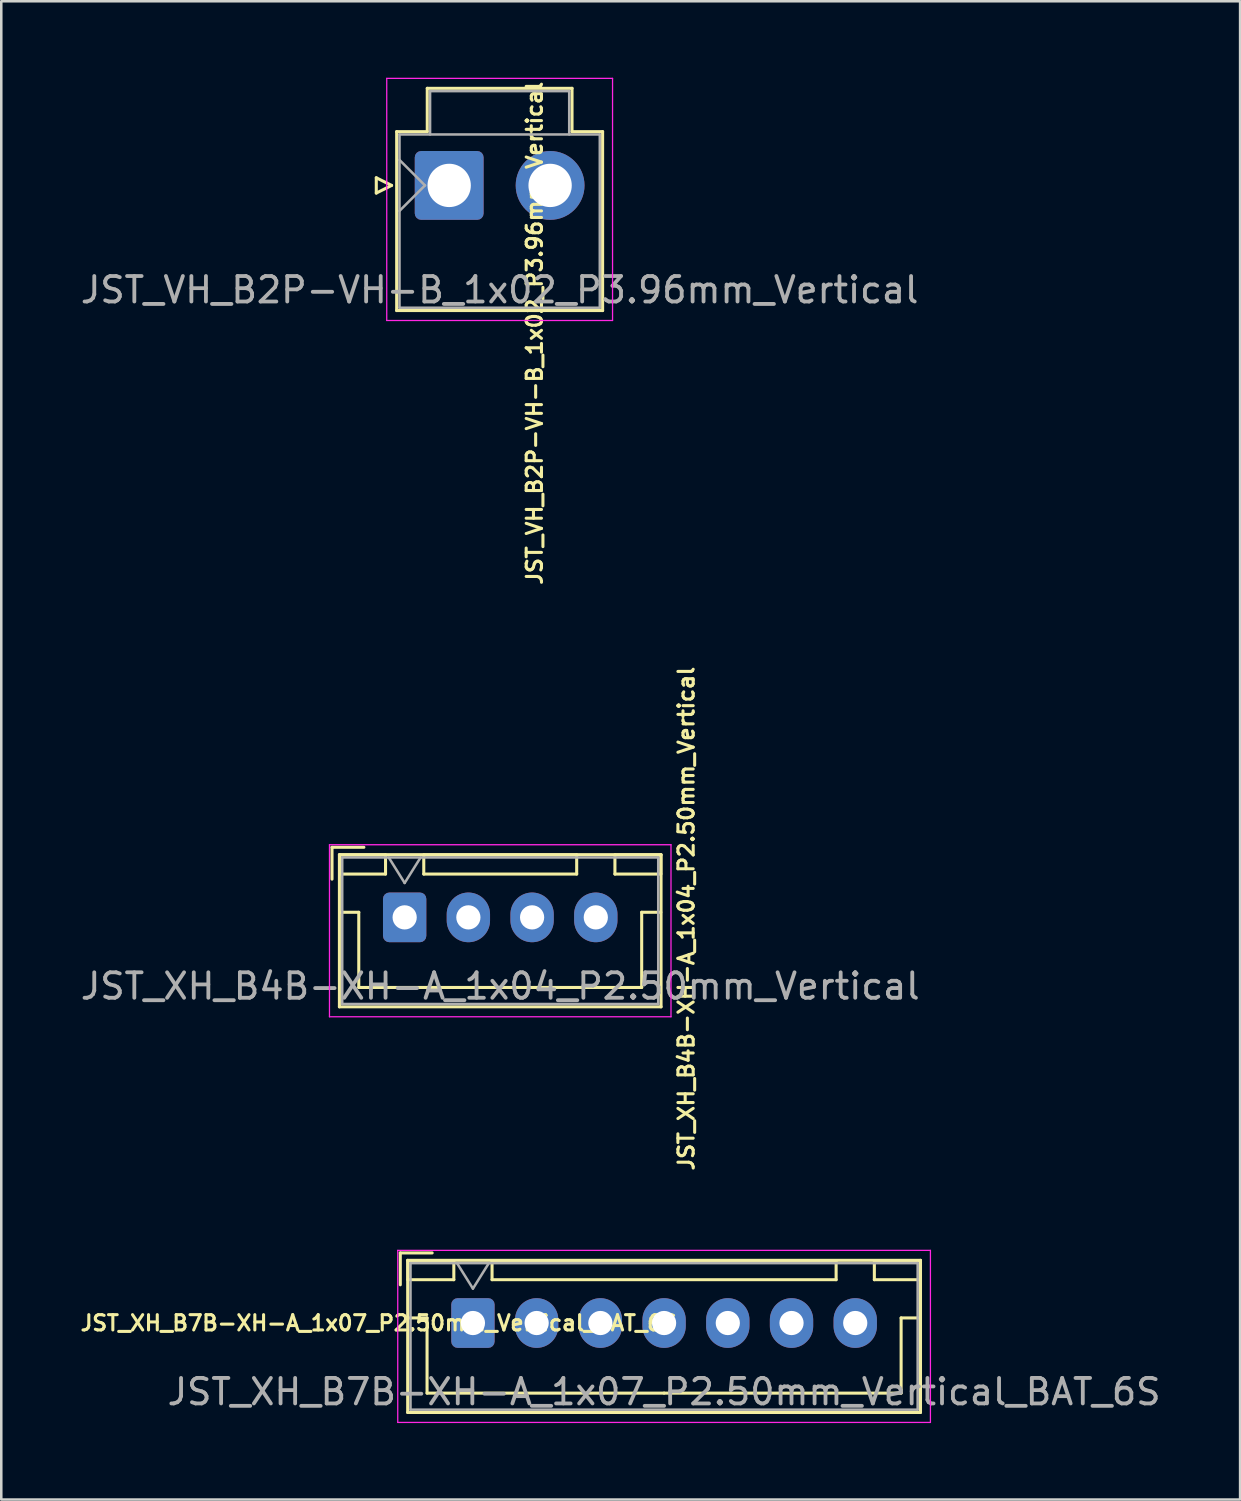
<source format=kicad_pcb>
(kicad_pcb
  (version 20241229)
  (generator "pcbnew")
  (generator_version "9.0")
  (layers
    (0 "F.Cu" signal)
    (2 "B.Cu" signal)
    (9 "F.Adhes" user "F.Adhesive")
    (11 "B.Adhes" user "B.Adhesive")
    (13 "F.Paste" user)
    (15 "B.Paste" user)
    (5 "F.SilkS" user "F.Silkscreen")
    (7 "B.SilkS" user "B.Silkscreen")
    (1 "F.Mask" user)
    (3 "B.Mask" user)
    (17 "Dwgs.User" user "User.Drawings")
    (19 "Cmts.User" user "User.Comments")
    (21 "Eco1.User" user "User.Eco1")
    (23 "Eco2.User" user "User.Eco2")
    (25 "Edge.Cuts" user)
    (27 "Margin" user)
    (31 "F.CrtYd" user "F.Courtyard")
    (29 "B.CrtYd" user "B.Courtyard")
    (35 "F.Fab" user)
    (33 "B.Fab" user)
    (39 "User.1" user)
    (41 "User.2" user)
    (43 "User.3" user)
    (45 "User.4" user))
  (footprint "JST_VH_B2P-VH-B_1x02_P3.96mm_Vertical"
    (layer "F.Cu")
    (at 14.574 4.225)
    (property "Reference" "JST_VH_B2P-VH-B_1x02_P3.96mm_Vertical" (at 3.35 5.8 270) (layer "F.SilkS") (effects (font (size 0.6 0.6) (thickness 0.12))))
    (attr through_hole)
    (fp_line (start -2.86 -0.3) (end -2.26 0) (stroke (width 0.12) (type solid)) (layer "F.SilkS"))
    (fp_line (start -2.86 0.3) (end -2.86 -0.3) (stroke (width 0.12) (type solid)) (layer "F.SilkS"))
    (fp_line (start -2.26 0) (end -2.86 0.3) (stroke (width 0.12) (type solid)) (layer "F.SilkS"))
    (fp_line (start -2.06 -2.11) (end -0.86 -2.11) (stroke (width 0.12) (type solid)) (layer "F.SilkS"))
    (fp_line (start -2.06 4.91) (end -2.06 -2.11) (stroke (width 0.12) (type solid)) (layer "F.SilkS"))
    (fp_line (start -0.86 -3.81) (end 4.82 -3.81) (stroke (width 0.12) (type solid)) (layer "F.SilkS"))
    (fp_line (start -0.86 -2.11) (end -0.86 -3.81) (stroke (width 0.12) (type solid)) (layer "F.SilkS"))
    (fp_line (start 4.82 -3.81) (end 4.82 -2.11) (stroke (width 0.12) (type solid)) (layer "F.SilkS"))
    (fp_line (start 4.82 -2.11) (end 6.02 -2.11) (stroke (width 0.12) (type solid)) (layer "F.SilkS"))
    (fp_line (start 6.02 -2.11) (end 6.02 4.91) (stroke (width 0.12) (type solid)) (layer "F.SilkS"))
    (fp_line (start 6.02 4.91) (end -2.06 4.91) (stroke (width 0.12) (type solid)) (layer "F.SilkS"))
    (fp_line (start -2.45 -4.2) (end -2.45 5.3) (stroke (width 0.05) (type solid)) (layer "F.CrtYd"))
    (fp_line (start -2.45 5.3) (end 6.41 5.3) (stroke (width 0.05) (type solid)) (layer "F.CrtYd"))
    (fp_line (start 6.41 -4.2) (end -2.45 -4.2) (stroke (width 0.05) (type solid)) (layer "F.CrtYd"))
    (fp_line (start 6.41 5.3) (end 6.41 -4.2) (stroke (width 0.05) (type solid)) (layer "F.CrtYd"))
    (fp_line (start -1.95 -2) (end -1.95 4.8) (stroke (width 0.1) (type solid)) (layer "F.Fab"))
    (fp_line (start -1.95 -1) (end -0.95 0) (stroke (width 0.1) (type solid)) (layer "F.Fab"))
    (fp_line (start -1.95 1) (end -0.95 0) (stroke (width 0.1) (type solid)) (layer "F.Fab"))
    (fp_line (start -1.95 4.8) (end 5.91 4.8) (stroke (width 0.1) (type solid)) (layer "F.Fab"))
    (fp_line (start -0.75 -3.7) (end 4.71 -3.7) (stroke (width 0.1) (type solid)) (layer "F.Fab"))
    (fp_line (start -0.75 -2) (end -0.75 -3.7) (stroke (width 0.1) (type solid)) (layer "F.Fab"))
    (fp_line (start 4.71 -3.7) (end 4.71 -2) (stroke (width 0.1) (type solid)) (layer "F.Fab"))
    (fp_line (start 5.91 -2) (end -1.95 -2) (stroke (width 0.1) (type solid)) (layer "F.Fab"))
    (fp_line (start 5.91 4.8) (end 5.91 -2) (stroke (width 0.1) (type solid)) (layer "F.Fab"))
    (fp_text user "${REFERENCE}" (at 1.98 4.1 180) (layer "F.Fab") (effects (font (size 1 1) (thickness 0.15))))
    (pad "1" thru_hole roundrect (at 0 0) (size 2.7 2.7) (drill 1.7) (layers "*.Cu" "*.Mask") (roundrect_rratio 0.093))
    (pad "2" thru_hole circle (at 3.96 0) (size 2.7 2.7) (drill 1.7) (layers "*.Cu" "*.Mask")))
  (footprint "JST_XH_B4B-XH-A_1x04_P2.50mm_Vertical"
    (layer "F.Cu")
    (at 12.827 32.944)
    (property "Reference" "JST_XH_B4B-XH-A_1x04_P2.50mm_Vertical" (at 11.05 0.05 90) (layer "F.SilkS") (effects (font (size 0.6 0.6) (thickness 0.12))))
    (attr through_hole)
    (fp_line (start -2.85 -2.75) (end -2.85 -1.5) (stroke (width 0.12) (type solid)) (layer "F.SilkS"))
    (fp_line (start -2.56 -2.46) (end -2.56 3.51) (stroke (width 0.12) (type solid)) (layer "F.SilkS"))
    (fp_line (start -2.56 3.51) (end 10.06 3.51) (stroke (width 0.12) (type solid)) (layer "F.SilkS"))
    (fp_line (start -2.55 -2.45) (end -2.55 -1.7) (stroke (width 0.12) (type solid)) (layer "F.SilkS"))
    (fp_line (start -2.55 -1.7) (end -0.75 -1.7) (stroke (width 0.12) (type solid)) (layer "F.SilkS"))
    (fp_line (start -2.55 -0.2) (end -1.8 -0.2) (stroke (width 0.12) (type solid)) (layer "F.SilkS"))
    (fp_line (start -1.8 -0.2) (end -1.8 2.75) (stroke (width 0.12) (type solid)) (layer "F.SilkS"))
    (fp_line (start -1.8 2.75) (end 3.75 2.75) (stroke (width 0.12) (type solid)) (layer "F.SilkS"))
    (fp_line (start -1.6 -2.75) (end -2.85 -2.75) (stroke (width 0.12) (type solid)) (layer "F.SilkS"))
    (fp_line (start -0.75 -2.45) (end -2.55 -2.45) (stroke (width 0.12) (type solid)) (layer "F.SilkS"))
    (fp_line (start -0.75 -1.7) (end -0.75 -2.45) (stroke (width 0.12) (type solid)) (layer "F.SilkS"))
    (fp_line (start 0.75 -2.45) (end 0.75 -1.7) (stroke (width 0.12) (type solid)) (layer "F.SilkS"))
    (fp_line (start 0.75 -1.7) (end 6.75 -1.7) (stroke (width 0.12) (type solid)) (layer "F.SilkS"))
    (fp_line (start 6.75 -2.45) (end 0.75 -2.45) (stroke (width 0.12) (type solid)) (layer "F.SilkS"))
    (fp_line (start 6.75 -1.7) (end 6.75 -2.45) (stroke (width 0.12) (type solid)) (layer "F.SilkS"))
    (fp_line (start 8.25 -2.45) (end 8.25 -1.7) (stroke (width 0.12) (type solid)) (layer "F.SilkS"))
    (fp_line (start 8.25 -1.7) (end 10.05 -1.7) (stroke (width 0.12) (type solid)) (layer "F.SilkS"))
    (fp_line (start 9.3 -0.2) (end 9.3 2.75) (stroke (width 0.12) (type solid)) (layer "F.SilkS"))
    (fp_line (start 9.3 2.75) (end 3.75 2.75) (stroke (width 0.12) (type solid)) (layer "F.SilkS"))
    (fp_line (start 10.05 -2.45) (end 8.25 -2.45) (stroke (width 0.12) (type solid)) (layer "F.SilkS"))
    (fp_line (start 10.05 -1.7) (end 10.05 -2.45) (stroke (width 0.12) (type solid)) (layer "F.SilkS"))
    (fp_line (start 10.05 -0.2) (end 9.3 -0.2) (stroke (width 0.12) (type solid)) (layer "F.SilkS"))
    (fp_line (start 10.06 -2.46) (end -2.56 -2.46) (stroke (width 0.12) (type solid)) (layer "F.SilkS"))
    (fp_line (start 10.06 3.51) (end 10.06 -2.46) (stroke (width 0.12) (type solid)) (layer "F.SilkS"))
    (fp_line (start -2.95 -2.85) (end -2.95 3.9) (stroke (width 0.05) (type solid)) (layer "F.CrtYd"))
    (fp_line (start -2.95 3.9) (end 10.45 3.9) (stroke (width 0.05) (type solid)) (layer "F.CrtYd"))
    (fp_line (start 10.45 -2.85) (end -2.95 -2.85) (stroke (width 0.05) (type solid)) (layer "F.CrtYd"))
    (fp_line (start 10.45 3.9) (end 10.45 -2.85) (stroke (width 0.05) (type solid)) (layer "F.CrtYd"))
    (fp_line (start -2.45 -2.35) (end -2.45 3.4) (stroke (width 0.1) (type solid)) (layer "F.Fab"))
    (fp_line (start -2.45 3.4) (end 9.95 3.4) (stroke (width 0.1) (type solid)) (layer "F.Fab"))
    (fp_line (start -0.625 -2.35) (end 0 -1.35) (stroke (width 0.1) (type solid)) (layer "F.Fab"))
    (fp_line (start 0 -1.35) (end 0.625 -2.35) (stroke (width 0.1) (type solid)) (layer "F.Fab"))
    (fp_line (start 9.95 -2.35) (end -2.45 -2.35) (stroke (width 0.1) (type solid)) (layer "F.Fab"))
    (fp_line (start 9.95 3.4) (end 9.95 -2.35) (stroke (width 0.1) (type solid)) (layer "F.Fab"))
    (fp_text user "${REFERENCE}" (at 3.75 2.7 0) (layer "F.Fab") (effects (font (size 1 1) (thickness 0.15))))
    (pad "1" thru_hole roundrect (at 0 0) (size 1.7 1.95) (drill 0.95) (layers "*.Cu" "*.Mask") (roundrect_rratio 0.147))
    (pad "2" thru_hole oval (at 2.5 0) (size 1.7 1.95) (drill 0.95) (layers "*.Cu" "*.Mask"))
    (pad "3" thru_hole oval (at 5 0) (size 1.7 1.95) (drill 0.95) (layers "*.Cu" "*.Mask"))
    (pad "4" thru_hole oval (at 7.5 0) (size 1.7 1.95) (drill 0.95) (layers "*.Cu" "*.Mask")))
  (footprint "JST_XH_B7B-XH-A_1x07_P2.50mm_Vertical_BAT_6S"
    (layer "F.Cu")
    (at 15.506 48.86)
    (property "Reference" "JST_XH_B7B-XH-A_1x07_P2.50mm_Vertical_BAT_6S" (at -3.7 0 0) (layer "F.SilkS") (effects (font (size 0.6 0.6) (thickness 0.12))))
    (attr through_hole)
    (fp_line (start -2.85 -2.75) (end -2.85 -1.5) (stroke (width 0.12) (type solid)) (layer "F.SilkS"))
    (fp_line (start -2.56 -2.46) (end -2.56 3.51) (stroke (width 0.12) (type solid)) (layer "F.SilkS"))
    (fp_line (start -2.56 3.51) (end 17.56 3.51) (stroke (width 0.12) (type solid)) (layer "F.SilkS"))
    (fp_line (start -2.55 -2.45) (end -2.55 -1.7) (stroke (width 0.12) (type solid)) (layer "F.SilkS"))
    (fp_line (start -2.55 -1.7) (end -0.75 -1.7) (stroke (width 0.12) (type solid)) (layer "F.SilkS"))
    (fp_line (start -2.55 -0.2) (end -1.8 -0.2) (stroke (width 0.12) (type solid)) (layer "F.SilkS"))
    (fp_line (start -1.8 -0.2) (end -1.8 2.75) (stroke (width 0.12) (type solid)) (layer "F.SilkS"))
    (fp_line (start -1.8 2.75) (end 7.5 2.75) (stroke (width 0.12) (type solid)) (layer "F.SilkS"))
    (fp_line (start -1.6 -2.75) (end -2.85 -2.75) (stroke (width 0.12) (type solid)) (layer "F.SilkS"))
    (fp_line (start -0.75 -2.45) (end -2.55 -2.45) (stroke (width 0.12) (type solid)) (layer "F.SilkS"))
    (fp_line (start -0.75 -1.7) (end -0.75 -2.45) (stroke (width 0.12) (type solid)) (layer "F.SilkS"))
    (fp_line (start 0.75 -2.45) (end 0.75 -1.7) (stroke (width 0.12) (type solid)) (layer "F.SilkS"))
    (fp_line (start 0.75 -1.7) (end 14.25 -1.7) (stroke (width 0.12) (type solid)) (layer "F.SilkS"))
    (fp_line (start 14.25 -2.45) (end 0.75 -2.45) (stroke (width 0.12) (type solid)) (layer "F.SilkS"))
    (fp_line (start 14.25 -1.7) (end 14.25 -2.45) (stroke (width 0.12) (type solid)) (layer "F.SilkS"))
    (fp_line (start 15.75 -2.45) (end 15.75 -1.7) (stroke (width 0.12) (type solid)) (layer "F.SilkS"))
    (fp_line (start 15.75 -1.7) (end 17.55 -1.7) (stroke (width 0.12) (type solid)) (layer "F.SilkS"))
    (fp_line (start 16.8 -0.2) (end 16.8 2.75) (stroke (width 0.12) (type solid)) (layer "F.SilkS"))
    (fp_line (start 16.8 2.75) (end 7.5 2.75) (stroke (width 0.12) (type solid)) (layer "F.SilkS"))
    (fp_line (start 17.55 -2.45) (end 15.75 -2.45) (stroke (width 0.12) (type solid)) (layer "F.SilkS"))
    (fp_line (start 17.55 -1.7) (end 17.55 -2.45) (stroke (width 0.12) (type solid)) (layer "F.SilkS"))
    (fp_line (start 17.55 -0.2) (end 16.8 -0.2) (stroke (width 0.12) (type solid)) (layer "F.SilkS"))
    (fp_line (start 17.56 -2.46) (end -2.56 -2.46) (stroke (width 0.12) (type solid)) (layer "F.SilkS"))
    (fp_line (start 17.56 3.51) (end 17.56 -2.46) (stroke (width 0.12) (type solid)) (layer "F.SilkS"))
    (fp_line (start -2.95 -2.85) (end -2.95 3.9) (stroke (width 0.05) (type solid)) (layer "F.CrtYd"))
    (fp_line (start -2.95 3.9) (end 17.95 3.9) (stroke (width 0.05) (type solid)) (layer "F.CrtYd"))
    (fp_line (start 17.95 -2.85) (end -2.95 -2.85) (stroke (width 0.05) (type solid)) (layer "F.CrtYd"))
    (fp_line (start 17.95 3.9) (end 17.95 -2.85) (stroke (width 0.05) (type solid)) (layer "F.CrtYd"))
    (fp_line (start -2.45 -2.35) (end -2.45 3.4) (stroke (width 0.1) (type solid)) (layer "F.Fab"))
    (fp_line (start -2.45 3.4) (end 17.45 3.4) (stroke (width 0.1) (type solid)) (layer "F.Fab"))
    (fp_line (start -0.625 -2.35) (end 0 -1.35) (stroke (width 0.1) (type solid)) (layer "F.Fab"))
    (fp_line (start 0 -1.35) (end 0.625 -2.35) (stroke (width 0.1) (type solid)) (layer "F.Fab"))
    (fp_line (start 17.45 -2.35) (end -2.45 -2.35) (stroke (width 0.1) (type solid)) (layer "F.Fab"))
    (fp_line (start 17.45 3.4) (end 17.45 -2.35) (stroke (width 0.1) (type solid)) (layer "F.Fab"))
    (fp_text user "${REFERENCE}" (at 7.5 2.7 0) (layer "F.Fab") (effects (font (size 1 1) (thickness 0.15))))
    (pad "0" thru_hole oval (at 15 0) (size 1.7 1.95) (drill 0.95) (layers "*.Cu" "*.Mask"))
    (pad "1" thru_hole oval (at 12.5 0) (size 1.7 1.95) (drill 0.95) (layers "*.Cu" "*.Mask"))
    (pad "2" thru_hole oval (at 10 0) (size 1.7 1.95) (drill 0.95) (layers "*.Cu" "*.Mask"))
    (pad "3" thru_hole oval (at 7.5 0) (size 1.7 1.95) (drill 0.95) (layers "*.Cu" "*.Mask"))
    (pad "4" thru_hole oval (at 5 0) (size 1.7 1.95) (drill 0.95) (layers "*.Cu" "*.Mask"))
    (pad "5" thru_hole oval (at 2.5 0) (size 1.7 1.95) (drill 0.95) (layers "*.Cu" "*.Mask"))
    (pad "6" thru_hole roundrect (at 0 0) (size 1.7 1.95) (drill 0.95) (layers "*.Cu" "*.Mask") (roundrect_rratio 0.147)))
  (gr_rect
    (start -3 -3)
    (end 45.607 55.785)
    (stroke (width 0.1) (type default))
    (fill no)
    (layer "Edge.Cuts")))
</source>
